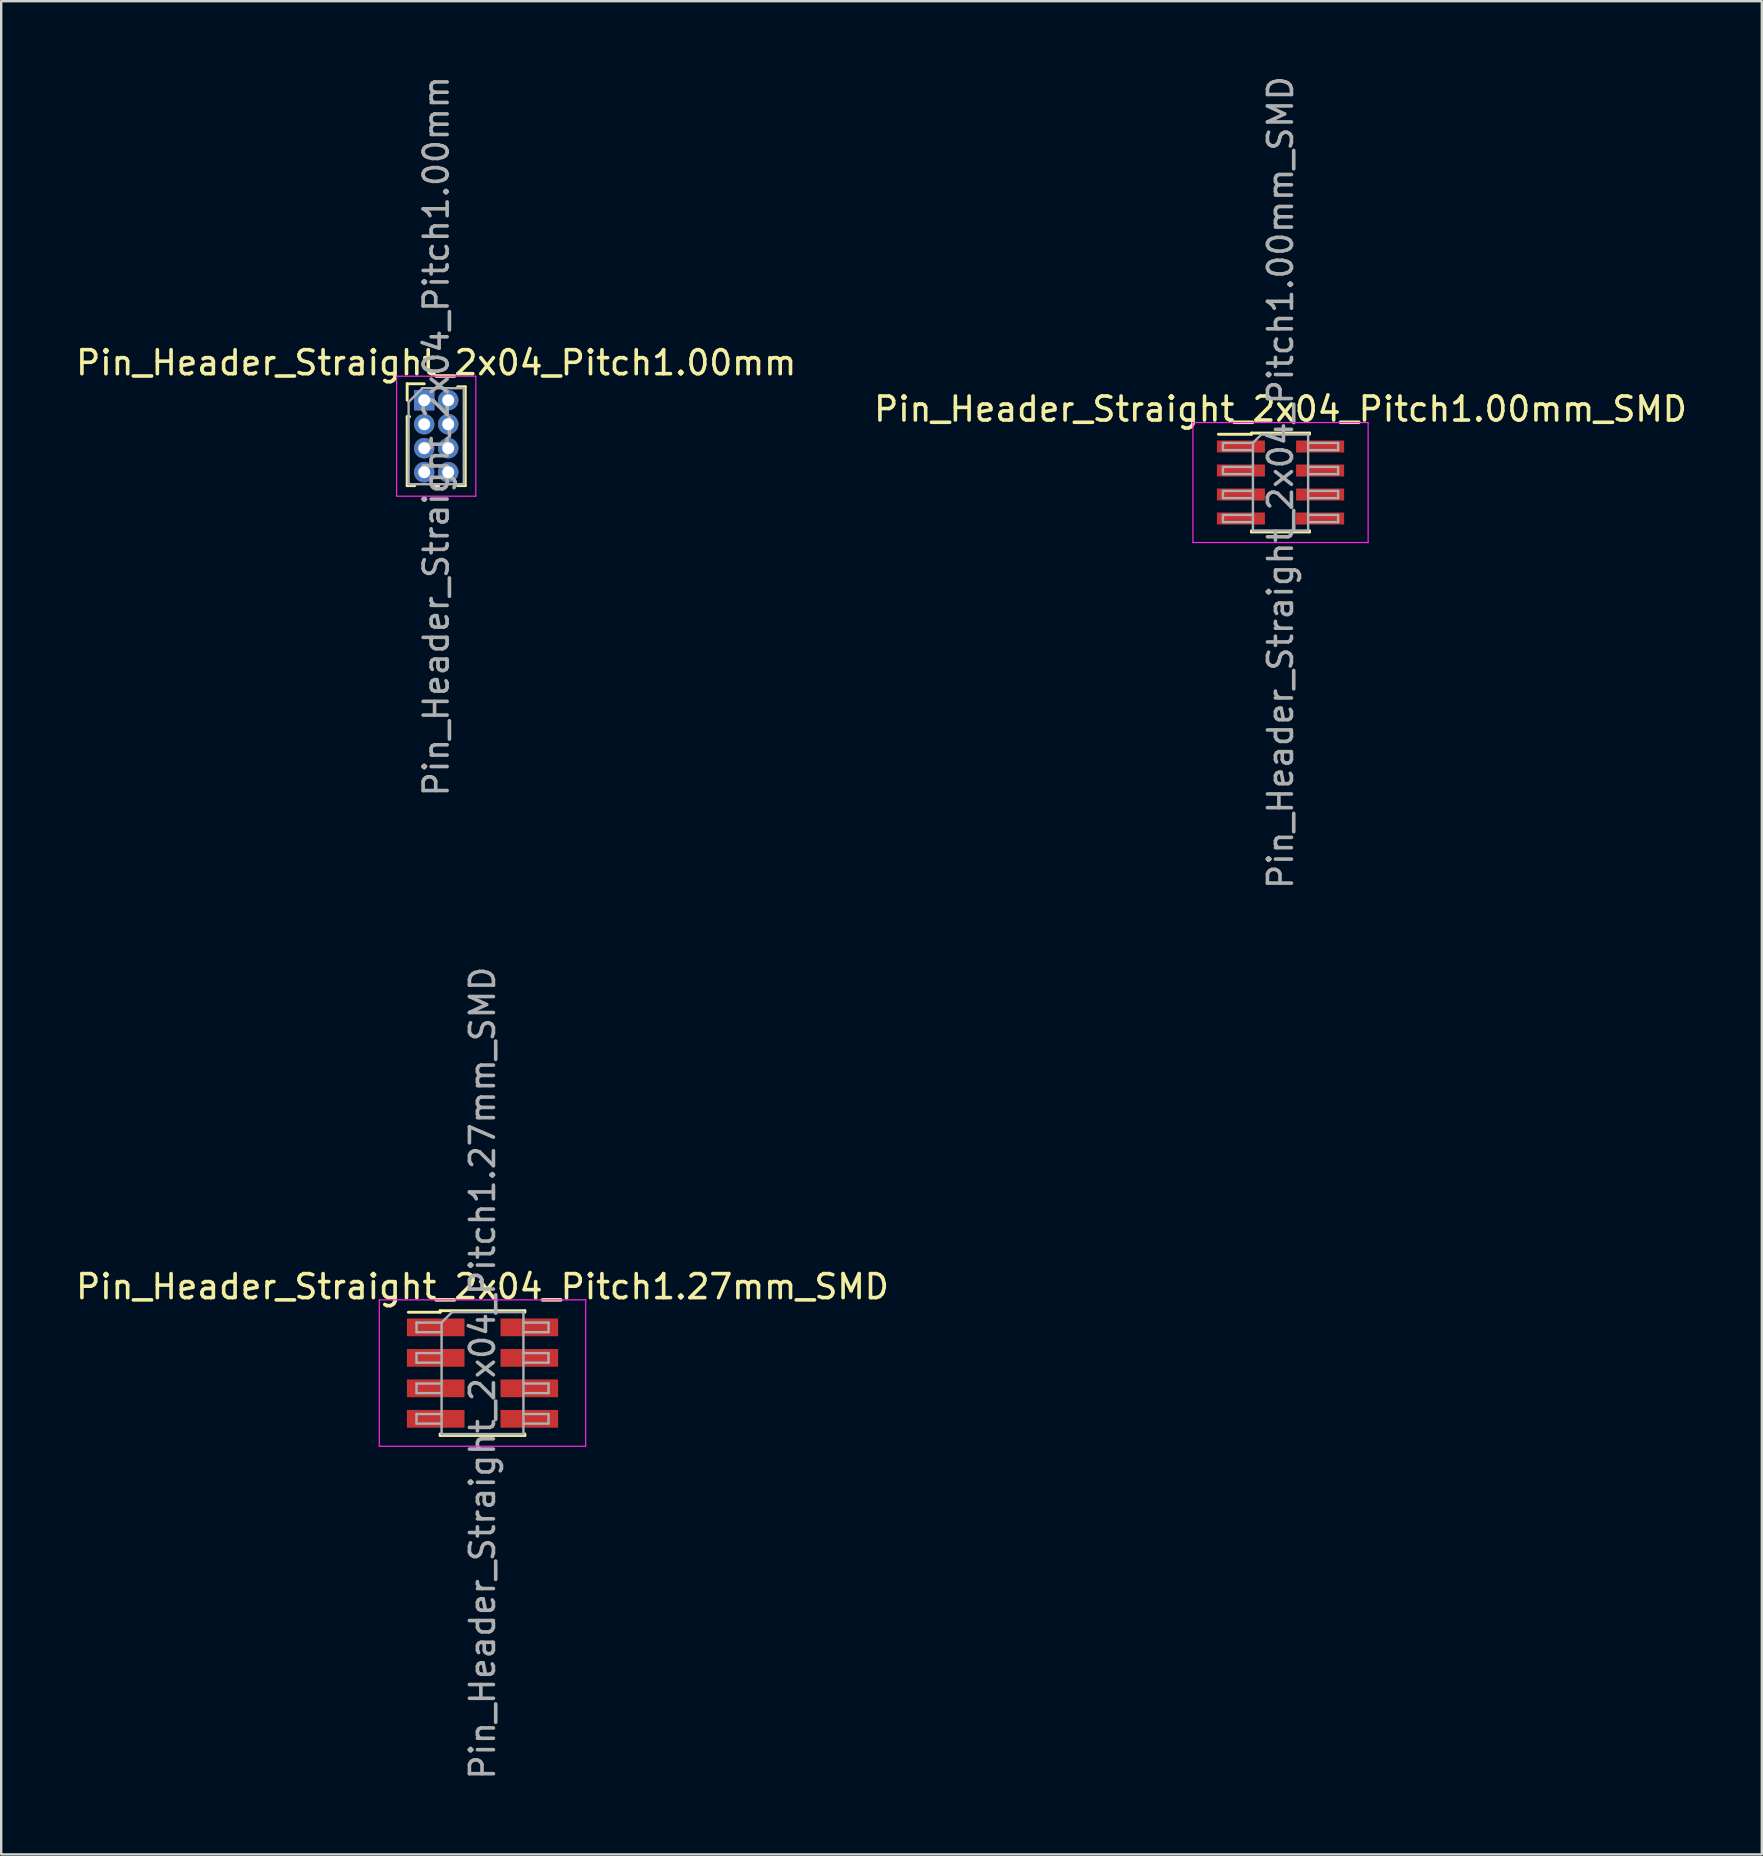
<source format=kicad_pcb>
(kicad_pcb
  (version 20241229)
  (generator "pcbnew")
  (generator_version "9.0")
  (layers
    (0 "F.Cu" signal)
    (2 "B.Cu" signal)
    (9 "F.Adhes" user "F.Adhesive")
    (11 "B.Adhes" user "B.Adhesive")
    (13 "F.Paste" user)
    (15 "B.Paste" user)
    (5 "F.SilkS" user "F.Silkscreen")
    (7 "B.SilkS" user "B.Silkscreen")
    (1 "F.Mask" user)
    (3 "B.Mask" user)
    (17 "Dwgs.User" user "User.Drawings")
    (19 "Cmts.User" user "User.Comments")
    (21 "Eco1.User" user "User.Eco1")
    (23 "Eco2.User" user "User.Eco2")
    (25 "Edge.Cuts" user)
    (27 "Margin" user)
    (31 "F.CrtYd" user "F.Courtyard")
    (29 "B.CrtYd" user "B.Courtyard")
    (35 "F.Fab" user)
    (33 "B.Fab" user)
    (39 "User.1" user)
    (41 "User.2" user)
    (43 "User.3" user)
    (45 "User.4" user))
  (footprint "Pin_Header_Straight_2x04_Pitch1.00mm_SMD"
    (layer "F.Cu")
    (at 50.304 17.054)
    (property "Reference" "Pin_Header_Straight_2x04_Pitch1.00mm_SMD" (at 0 -3.06 0) (layer "F.SilkS") (effects (font (size 1 1) (thickness 0.15))))
    (attr smd)
    (fp_line (start -2.59 -2.01) (end -1.21 -2.01) (stroke (width 0.12) (type solid)) (layer "F.SilkS"))
    (fp_line (start -1.21 -2.06) (end -1.21 -2.01) (stroke (width 0.12) (type solid)) (layer "F.SilkS"))
    (fp_line (start -1.21 -2.06) (end 1.21 -2.06) (stroke (width 0.12) (type solid)) (layer "F.SilkS"))
    (fp_line (start -1.21 2.01) (end -1.21 2.06) (stroke (width 0.12) (type solid)) (layer "F.SilkS"))
    (fp_line (start -1.21 2.06) (end 1.21 2.06) (stroke (width 0.12) (type solid)) (layer "F.SilkS"))
    (fp_line (start 1.21 -2.06) (end 1.21 -2.01) (stroke (width 0.12) (type solid)) (layer "F.SilkS"))
    (fp_line (start 1.21 2.01) (end 1.21 2.06) (stroke (width 0.12) (type solid)) (layer "F.SilkS"))
    (fp_line (start -3.65 -2.5) (end -3.65 2.5) (stroke (width 0.05) (type solid)) (layer "F.CrtYd"))
    (fp_line (start -3.65 2.5) (end 3.65 2.5) (stroke (width 0.05) (type solid)) (layer "F.CrtYd"))
    (fp_line (start 3.65 -2.5) (end -3.65 -2.5) (stroke (width 0.05) (type solid)) (layer "F.CrtYd"))
    (fp_line (start 3.65 2.5) (end 3.65 -2.5) (stroke (width 0.05) (type solid)) (layer "F.CrtYd"))
    (fp_line (start -2.4 -1.65) (end -2.4 -1.35) (stroke (width 0.1) (type solid)) (layer "F.Fab"))
    (fp_line (start -2.4 -1.35) (end -1.15 -1.35) (stroke (width 0.1) (type solid)) (layer "F.Fab"))
    (fp_line (start -2.4 -0.65) (end -2.4 -0.35) (stroke (width 0.1) (type solid)) (layer "F.Fab"))
    (fp_line (start -2.4 -0.35) (end -1.15 -0.35) (stroke (width 0.1) (type solid)) (layer "F.Fab"))
    (fp_line (start -2.4 0.35) (end -2.4 0.65) (stroke (width 0.1) (type solid)) (layer "F.Fab"))
    (fp_line (start -2.4 0.65) (end -1.15 0.65) (stroke (width 0.1) (type solid)) (layer "F.Fab"))
    (fp_line (start -2.4 1.35) (end -2.4 1.65) (stroke (width 0.1) (type solid)) (layer "F.Fab"))
    (fp_line (start -2.4 1.65) (end -1.15 1.65) (stroke (width 0.1) (type solid)) (layer "F.Fab"))
    (fp_line (start -1.15 -1.65) (end -2.4 -1.65) (stroke (width 0.1) (type solid)) (layer "F.Fab"))
    (fp_line (start -1.15 -1.65) (end -0.8 -2) (stroke (width 0.1) (type solid)) (layer "F.Fab"))
    (fp_line (start -1.15 -0.65) (end -2.4 -0.65) (stroke (width 0.1) (type solid)) (layer "F.Fab"))
    (fp_line (start -1.15 0.35) (end -2.4 0.35) (stroke (width 0.1) (type solid)) (layer "F.Fab"))
    (fp_line (start -1.15 1.35) (end -2.4 1.35) (stroke (width 0.1) (type solid)) (layer "F.Fab"))
    (fp_line (start -1.15 2) (end -1.15 -1.65) (stroke (width 0.1) (type solid)) (layer "F.Fab"))
    (fp_line (start -0.8 -2) (end 1.15 -2) (stroke (width 0.1) (type solid)) (layer "F.Fab"))
    (fp_line (start 1.15 -2) (end 1.15 2) (stroke (width 0.1) (type solid)) (layer "F.Fab"))
    (fp_line (start 1.15 -1.65) (end 2.4 -1.65) (stroke (width 0.1) (type solid)) (layer "F.Fab"))
    (fp_line (start 1.15 -0.65) (end 2.4 -0.65) (stroke (width 0.1) (type solid)) (layer "F.Fab"))
    (fp_line (start 1.15 0.35) (end 2.4 0.35) (stroke (width 0.1) (type solid)) (layer "F.Fab"))
    (fp_line (start 1.15 1.35) (end 2.4 1.35) (stroke (width 0.1) (type solid)) (layer "F.Fab"))
    (fp_line (start 1.15 2) (end -1.15 2) (stroke (width 0.1) (type solid)) (layer "F.Fab"))
    (fp_line (start 2.4 -1.65) (end 2.4 -1.35) (stroke (width 0.1) (type solid)) (layer "F.Fab"))
    (fp_line (start 2.4 -1.35) (end 1.15 -1.35) (stroke (width 0.1) (type solid)) (layer "F.Fab"))
    (fp_line (start 2.4 -0.65) (end 2.4 -0.35) (stroke (width 0.1) (type solid)) (layer "F.Fab"))
    (fp_line (start 2.4 -0.35) (end 1.15 -0.35) (stroke (width 0.1) (type solid)) (layer "F.Fab"))
    (fp_line (start 2.4 0.35) (end 2.4 0.65) (stroke (width 0.1) (type solid)) (layer "F.Fab"))
    (fp_line (start 2.4 0.65) (end 1.15 0.65) (stroke (width 0.1) (type solid)) (layer "F.Fab"))
    (fp_line (start 2.4 1.35) (end 2.4 1.65) (stroke (width 0.1) (type solid)) (layer "F.Fab"))
    (fp_line (start 2.4 1.65) (end 1.15 1.65) (stroke (width 0.1) (type solid)) (layer "F.Fab"))
    (fp_text user "${REFERENCE}" (at 0 0 90) (layer "F.Fab") (effects (font (size 1 1) (thickness 0.15))))
    (pad "1" smd rect (at -1.65 -1.5) (size 2 0.5) (layers "F.Cu" "F.Mask" "F.Paste"))
    (pad "2" smd rect (at 1.65 -1.5) (size 2 0.5) (layers "F.Cu" "F.Mask" "F.Paste"))
    (pad "3" smd rect (at -1.65 -0.5) (size 2 0.5) (layers "F.Cu" "F.Mask" "F.Paste"))
    (pad "4" smd rect (at 1.65 -0.5) (size 2 0.5) (layers "F.Cu" "F.Mask" "F.Paste"))
    (pad "5" smd rect (at -1.65 0.5) (size 2 0.5) (layers "F.Cu" "F.Mask" "F.Paste"))
    (pad "6" smd rect (at 1.65 0.5) (size 2 0.5) (layers "F.Cu" "F.Mask" "F.Paste"))
    (pad "7" smd rect (at -1.65 1.5) (size 2 0.5) (layers "F.Cu" "F.Mask" "F.Paste"))
    (pad "8" smd rect (at 1.65 1.5) (size 2 0.5) (layers "F.Cu" "F.Mask" "F.Paste")))
  (footprint "Pin_Header_Straight_2x04_Pitch1.27mm_SMD"
    (layer "F.Cu")
    (at 17.054 54.161)
    (property "Reference" "Pin_Header_Straight_2x04_Pitch1.27mm_SMD" (at 0 -3.6 0) (layer "F.SilkS") (effects (font (size 1 1) (thickness 0.15))))
    (attr smd)
    (fp_line (start -3.09 -2.535) (end -1.765 -2.535) (stroke (width 0.12) (type solid)) (layer "F.SilkS"))
    (fp_line (start -1.765 -2.6) (end -1.765 -2.535) (stroke (width 0.12) (type solid)) (layer "F.SilkS"))
    (fp_line (start -1.765 -2.6) (end 1.765 -2.6) (stroke (width 0.12) (type solid)) (layer "F.SilkS"))
    (fp_line (start -1.765 2.535) (end -1.765 2.6) (stroke (width 0.12) (type solid)) (layer "F.SilkS"))
    (fp_line (start -1.765 2.6) (end 1.765 2.6) (stroke (width 0.12) (type solid)) (layer "F.SilkS"))
    (fp_line (start 1.765 -2.6) (end 1.765 -2.535) (stroke (width 0.12) (type solid)) (layer "F.SilkS"))
    (fp_line (start 1.765 2.535) (end 1.765 2.6) (stroke (width 0.12) (type solid)) (layer "F.SilkS"))
    (fp_line (start -4.3 -3.05) (end -4.3 3.05) (stroke (width 0.05) (type solid)) (layer "F.CrtYd"))
    (fp_line (start -4.3 3.05) (end 4.3 3.05) (stroke (width 0.05) (type solid)) (layer "F.CrtYd"))
    (fp_line (start 4.3 -3.05) (end -4.3 -3.05) (stroke (width 0.05) (type solid)) (layer "F.CrtYd"))
    (fp_line (start 4.3 3.05) (end 4.3 -3.05) (stroke (width 0.05) (type solid)) (layer "F.CrtYd"))
    (fp_line (start -2.75 -2.105) (end -2.75 -1.705) (stroke (width 0.1) (type solid)) (layer "F.Fab"))
    (fp_line (start -2.75 -1.705) (end -1.705 -1.705) (stroke (width 0.1) (type solid)) (layer "F.Fab"))
    (fp_line (start -2.75 -0.835) (end -2.75 -0.435) (stroke (width 0.1) (type solid)) (layer "F.Fab"))
    (fp_line (start -2.75 -0.435) (end -1.705 -0.435) (stroke (width 0.1) (type solid)) (layer "F.Fab"))
    (fp_line (start -2.75 0.435) (end -2.75 0.835) (stroke (width 0.1) (type solid)) (layer "F.Fab"))
    (fp_line (start -2.75 0.835) (end -1.705 0.835) (stroke (width 0.1) (type solid)) (layer "F.Fab"))
    (fp_line (start -2.75 1.705) (end -2.75 2.105) (stroke (width 0.1) (type solid)) (layer "F.Fab"))
    (fp_line (start -2.75 2.105) (end -1.705 2.105) (stroke (width 0.1) (type solid)) (layer "F.Fab"))
    (fp_line (start -1.705 -2.105) (end -2.75 -2.105) (stroke (width 0.1) (type solid)) (layer "F.Fab"))
    (fp_line (start -1.705 -2.105) (end -1.27 -2.54) (stroke (width 0.1) (type solid)) (layer "F.Fab"))
    (fp_line (start -1.705 -0.835) (end -2.75 -0.835) (stroke (width 0.1) (type solid)) (layer "F.Fab"))
    (fp_line (start -1.705 0.435) (end -2.75 0.435) (stroke (width 0.1) (type solid)) (layer "F.Fab"))
    (fp_line (start -1.705 1.705) (end -2.75 1.705) (stroke (width 0.1) (type solid)) (layer "F.Fab"))
    (fp_line (start -1.705 2.54) (end -1.705 -2.105) (stroke (width 0.1) (type solid)) (layer "F.Fab"))
    (fp_line (start -1.27 -2.54) (end 1.705 -2.54) (stroke (width 0.1) (type solid)) (layer "F.Fab"))
    (fp_line (start 1.705 -2.54) (end 1.705 2.54) (stroke (width 0.1) (type solid)) (layer "F.Fab"))
    (fp_line (start 1.705 -2.105) (end 2.75 -2.105) (stroke (width 0.1) (type solid)) (layer "F.Fab"))
    (fp_line (start 1.705 -0.835) (end 2.75 -0.835) (stroke (width 0.1) (type solid)) (layer "F.Fab"))
    (fp_line (start 1.705 0.435) (end 2.75 0.435) (stroke (width 0.1) (type solid)) (layer "F.Fab"))
    (fp_line (start 1.705 1.705) (end 2.75 1.705) (stroke (width 0.1) (type solid)) (layer "F.Fab"))
    (fp_line (start 1.705 2.54) (end -1.705 2.54) (stroke (width 0.1) (type solid)) (layer "F.Fab"))
    (fp_line (start 2.75 -2.105) (end 2.75 -1.705) (stroke (width 0.1) (type solid)) (layer "F.Fab"))
    (fp_line (start 2.75 -1.705) (end 1.705 -1.705) (stroke (width 0.1) (type solid)) (layer "F.Fab"))
    (fp_line (start 2.75 -0.835) (end 2.75 -0.435) (stroke (width 0.1) (type solid)) (layer "F.Fab"))
    (fp_line (start 2.75 -0.435) (end 1.705 -0.435) (stroke (width 0.1) (type solid)) (layer "F.Fab"))
    (fp_line (start 2.75 0.435) (end 2.75 0.835) (stroke (width 0.1) (type solid)) (layer "F.Fab"))
    (fp_line (start 2.75 0.835) (end 1.705 0.835) (stroke (width 0.1) (type solid)) (layer "F.Fab"))
    (fp_line (start 2.75 1.705) (end 2.75 2.105) (stroke (width 0.1) (type solid)) (layer "F.Fab"))
    (fp_line (start 2.75 2.105) (end 1.705 2.105) (stroke (width 0.1) (type solid)) (layer "F.Fab"))
    (fp_text user "${REFERENCE}" (at 0 0 90) (layer "F.Fab") (effects (font (size 1 1) (thickness 0.15))))
    (pad "1" smd rect (at -1.95 -1.905) (size 2.4 0.74) (layers "F.Cu" "F.Mask" "F.Paste"))
    (pad "2" smd rect (at 1.95 -1.905) (size 2.4 0.74) (layers "F.Cu" "F.Mask" "F.Paste"))
    (pad "3" smd rect (at -1.95 -0.635) (size 2.4 0.74) (layers "F.Cu" "F.Mask" "F.Paste"))
    (pad "4" smd rect (at 1.95 -0.635) (size 2.4 0.74) (layers "F.Cu" "F.Mask" "F.Paste"))
    (pad "5" smd rect (at -1.95 0.635) (size 2.4 0.74) (layers "F.Cu" "F.Mask" "F.Paste"))
    (pad "6" smd rect (at 1.95 0.635) (size 2.4 0.74) (layers "F.Cu" "F.Mask" "F.Paste"))
    (pad "7" smd rect (at -1.95 1.905) (size 2.4 0.74) (layers "F.Cu" "F.Mask" "F.Paste"))
    (pad "8" smd rect (at 1.95 1.905) (size 2.4 0.74) (layers "F.Cu" "F.Mask" "F.Paste")))
  (footprint "Pin_Header_Straight_2x04_Pitch1.00mm"
    (layer "F.Cu")
    (at 14.625 13.625)
    (property "Reference" "Pin_Header_Straight_2x04_Pitch1.00mm" (at 0.5 -1.56 0) (layer "F.SilkS") (effects (font (size 1 1) (thickness 0.15))))
    (attr through_hole)
    (fp_line (start -0.71 -0.685) (end 0 -0.685) (stroke (width 0.12) (type solid)) (layer "F.SilkS"))
    (fp_line (start -0.71 0) (end -0.71 -0.685) (stroke (width 0.12) (type solid)) (layer "F.SilkS"))
    (fp_line (start -0.71 0.685) (end -0.71 3.56) (stroke (width 0.12) (type solid)) (layer "F.SilkS"))
    (fp_line (start -0.71 0.685) (end -0.608 0.685) (stroke (width 0.12) (type solid)) (layer "F.SilkS"))
    (fp_line (start -0.71 3.56) (end -0.394 3.56) (stroke (width 0.12) (type solid)) (layer "F.SilkS"))
    (fp_line (start 0.394 3.56) (end 0.606 3.56) (stroke (width 0.12) (type solid)) (layer "F.SilkS"))
    (fp_line (start 1.394 -0.56) (end 1.71 -0.56) (stroke (width 0.12) (type solid)) (layer "F.SilkS"))
    (fp_line (start 1.394 3.56) (end 1.71 3.56) (stroke (width 0.12) (type solid)) (layer "F.SilkS"))
    (fp_line (start 1.71 -0.56) (end 1.71 3.56) (stroke (width 0.12) (type solid)) (layer "F.SilkS"))
    (fp_line (start -1.15 -1) (end -1.15 4) (stroke (width 0.05) (type solid)) (layer "F.CrtYd"))
    (fp_line (start -1.15 4) (end 2.15 4) (stroke (width 0.05) (type solid)) (layer "F.CrtYd"))
    (fp_line (start 2.15 -1) (end -1.15 -1) (stroke (width 0.05) (type solid)) (layer "F.CrtYd"))
    (fp_line (start 2.15 4) (end 2.15 -1) (stroke (width 0.05) (type solid)) (layer "F.CrtYd"))
    (fp_line (start -0.65 0.075) (end -0.075 -0.5) (stroke (width 0.1) (type solid)) (layer "F.Fab"))
    (fp_line (start -0.65 3.5) (end -0.65 0.075) (stroke (width 0.1) (type solid)) (layer "F.Fab"))
    (fp_line (start -0.075 -0.5) (end 1.65 -0.5) (stroke (width 0.1) (type solid)) (layer "F.Fab"))
    (fp_line (start 1.65 -0.5) (end 1.65 3.5) (stroke (width 0.1) (type solid)) (layer "F.Fab"))
    (fp_line (start 1.65 3.5) (end -0.65 3.5) (stroke (width 0.1) (type solid)) (layer "F.Fab"))
    (fp_text user "${REFERENCE}" (at 0.5 1.5 90) (layer "F.Fab") (effects (font (size 1 1) (thickness 0.15))))
    (pad "1" thru_hole rect (at 0 0) (size 0.85 0.85) (drill 0.5) (layers "*.Cu" "*.Mask"))
    (pad "2" thru_hole oval (at 1 0) (size 0.85 0.85) (drill 0.5) (layers "*.Cu" "*.Mask"))
    (pad "3" thru_hole oval (at 0 1) (size 0.85 0.85) (drill 0.5) (layers "*.Cu" "*.Mask"))
    (pad "4" thru_hole oval (at 1 1) (size 0.85 0.85) (drill 0.5) (layers "*.Cu" "*.Mask"))
    (pad "5" thru_hole oval (at 0 2) (size 0.85 0.85) (drill 0.5) (layers "*.Cu" "*.Mask"))
    (pad "6" thru_hole oval (at 1 2) (size 0.85 0.85) (drill 0.5) (layers "*.Cu" "*.Mask"))
    (pad "7" thru_hole oval (at 0 3) (size 0.85 0.85) (drill 0.5) (layers "*.Cu" "*.Mask"))
    (pad "8" thru_hole oval (at 1 3) (size 0.85 0.85) (drill 0.5) (layers "*.Cu" "*.Mask")))
  (gr_rect
    (start -3 -3)
    (end 70.357 74.214)
    (stroke (width 0.1) (type default))
    (fill no)
    (layer "Edge.Cuts")))
</source>
